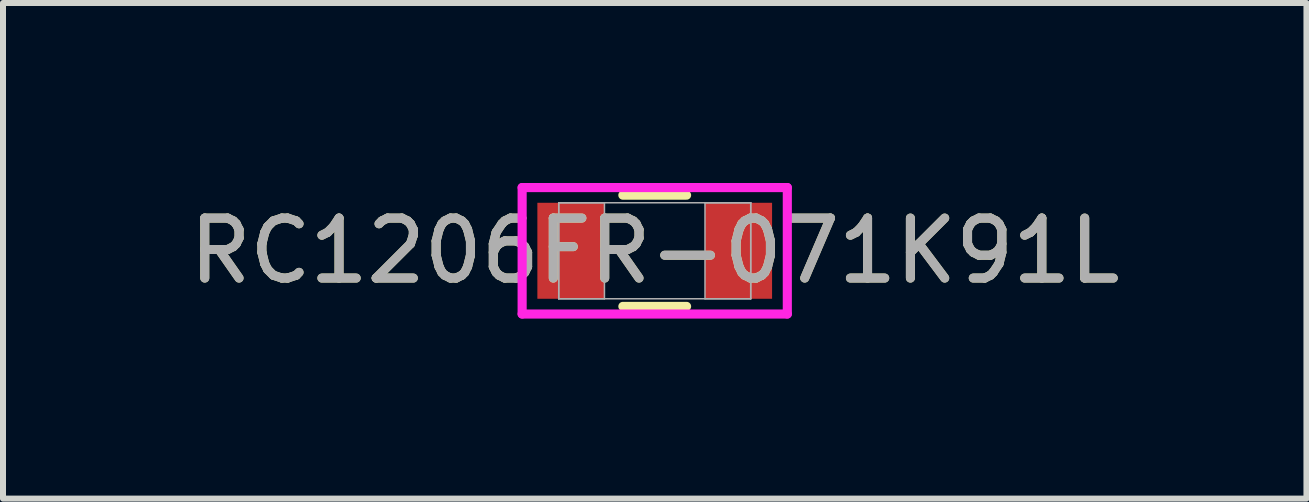
<source format=kicad_pcb>
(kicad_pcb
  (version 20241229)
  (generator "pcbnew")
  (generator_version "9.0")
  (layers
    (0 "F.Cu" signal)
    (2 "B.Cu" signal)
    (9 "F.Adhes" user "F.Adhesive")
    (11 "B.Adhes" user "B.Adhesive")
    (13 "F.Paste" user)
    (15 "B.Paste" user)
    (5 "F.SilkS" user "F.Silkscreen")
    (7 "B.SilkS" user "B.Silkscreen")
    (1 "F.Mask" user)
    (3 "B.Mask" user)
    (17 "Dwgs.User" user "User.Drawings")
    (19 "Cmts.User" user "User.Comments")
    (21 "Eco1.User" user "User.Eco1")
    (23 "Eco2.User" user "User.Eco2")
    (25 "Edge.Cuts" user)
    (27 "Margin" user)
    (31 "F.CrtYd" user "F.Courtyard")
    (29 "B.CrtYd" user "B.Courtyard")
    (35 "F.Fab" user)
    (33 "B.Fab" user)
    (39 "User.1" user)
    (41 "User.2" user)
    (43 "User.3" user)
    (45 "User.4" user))
  (footprint "RC1206FR-071K91L"
    (layer "F.Cu")
    (at 7.863 1.13)
    (property "Reference" "RC1206FR-071K91L" (at 0 0 0) (unlocked yes) (layer "F.SilkS") (effects (font (size 1 1) (thickness 0.15))))
    (attr smd)
    (fp_line (start -0.531 0.927) (end 0.531 0.927) (stroke (width 0.152) (type solid)) (layer "F.SilkS"))
    (fp_line (start 0.531 -0.927) (end -0.531 -0.927) (stroke (width 0.152) (type solid)) (layer "F.SilkS"))
    (fp_line (start -2.21 -1.054) (end 2.21 -1.054) (stroke (width 0.152) (type solid)) (layer "F.CrtYd"))
    (fp_line (start -2.21 1.054) (end -2.21 -1.054) (stroke (width 0.152) (type solid)) (layer "F.CrtYd"))
    (fp_line (start 2.21 -1.054) (end 2.21 1.054) (stroke (width 0.152) (type solid)) (layer "F.CrtYd"))
    (fp_line (start 2.21 1.054) (end -2.21 1.054) (stroke (width 0.152) (type solid)) (layer "F.CrtYd"))
    (fp_line (start -1.6 -0.8) (end -1.6 0.8) (stroke (width 0.025) (type solid)) (layer "F.Fab"))
    (fp_line (start -1.6 -0.8) (end -1.6 0.8) (stroke (width 0.025) (type solid)) (layer "F.Fab"))
    (fp_line (start -1.6 0.8) (end -0.838 0.8) (stroke (width 0.025) (type solid)) (layer "F.Fab"))
    (fp_line (start -1.6 0.8) (end 1.6 0.8) (stroke (width 0.025) (type solid)) (layer "F.Fab"))
    (fp_line (start -0.838 -0.8) (end -1.6 -0.8) (stroke (width 0.025) (type solid)) (layer "F.Fab"))
    (fp_line (start -0.838 0.8) (end -0.838 -0.8) (stroke (width 0.025) (type solid)) (layer "F.Fab"))
    (fp_line (start 0.838 -0.8) (end 0.838 0.8) (stroke (width 0.025) (type solid)) (layer "F.Fab"))
    (fp_line (start 0.838 0.8) (end 1.6 0.8) (stroke (width 0.025) (type solid)) (layer "F.Fab"))
    (fp_line (start 1.6 -0.8) (end -1.6 -0.8) (stroke (width 0.025) (type solid)) (layer "F.Fab"))
    (fp_line (start 1.6 -0.8) (end 0.838 -0.8) (stroke (width 0.025) (type solid)) (layer "F.Fab"))
    (fp_line (start 1.6 0.8) (end 1.6 -0.8) (stroke (width 0.025) (type solid)) (layer "F.Fab"))
    (fp_line (start 1.6 0.8) (end 1.6 -0.8) (stroke (width 0.025) (type solid)) (layer "F.Fab"))
    (fp_text user "${REFERENCE}" (at 0 0 0) (unlocked yes) (layer "F.Fab") (effects (font (size 1 1) (thickness 0.15))))
    (pad "1" smd rect (at -1.397 0) (size 1.118 1.6) (layers "F.Cu" "F.Mask" "F.Paste"))
    (pad "2" smd rect (at 1.397 0) (size 1.118 1.6) (layers "F.Cu" "F.Mask" "F.Paste"))
    (zone (net_name "") (layer "F.Cu") (hatch full 0.508) (connect_pads) (min_thickness 0.254) (filled_areas_thickness no) (keepout (tracks not_allowed) (vias not_allowed) (pads allowed) (copperpour not_allowed) (footprints allowed)) (placement (enabled no)) (fill) (polygon (pts (xy 7.076 0.381) (xy 8.65 0.381) (xy 8.65 1.88) (xy 7.076 1.88)))))
  (gr_rect
    (start -3 -3)
    (end 18.726 5.261)
    (stroke (width 0.1) (type default))
    (fill no)
    (layer "Edge.Cuts")))
</source>
